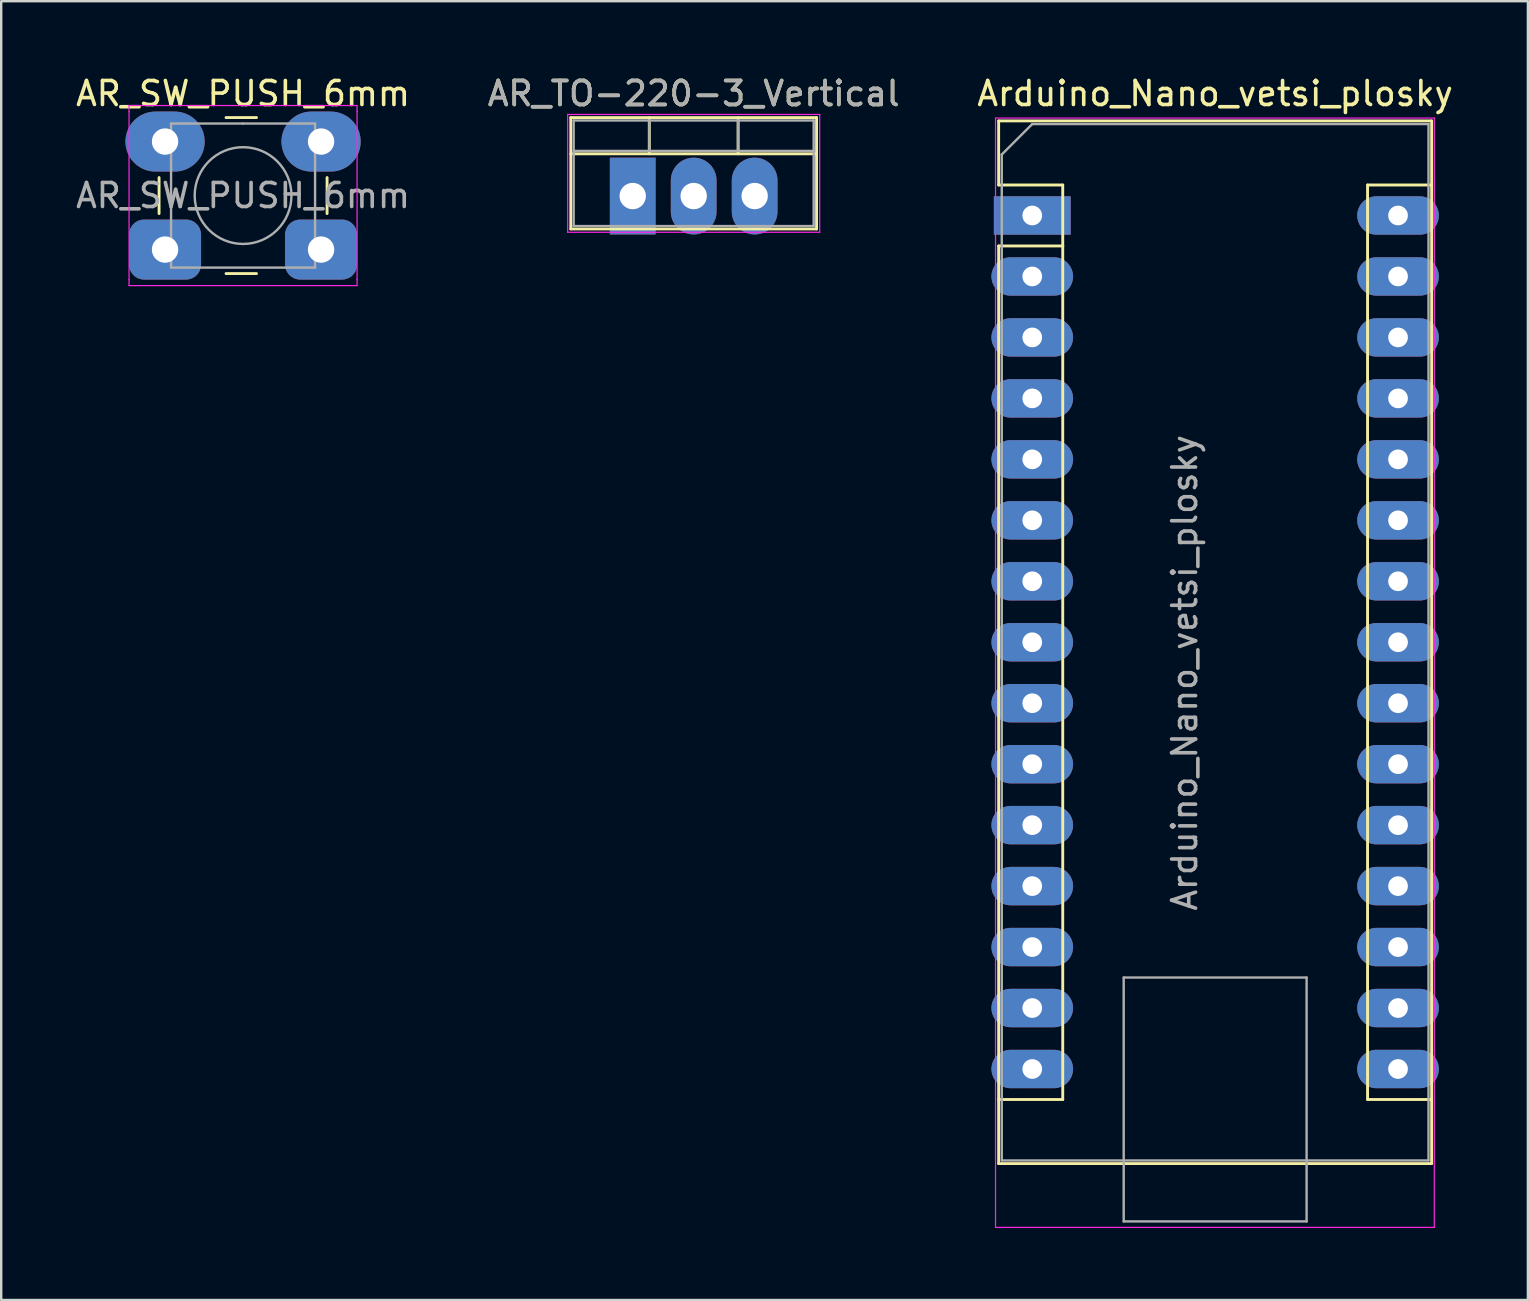
<source format=kicad_pcb>
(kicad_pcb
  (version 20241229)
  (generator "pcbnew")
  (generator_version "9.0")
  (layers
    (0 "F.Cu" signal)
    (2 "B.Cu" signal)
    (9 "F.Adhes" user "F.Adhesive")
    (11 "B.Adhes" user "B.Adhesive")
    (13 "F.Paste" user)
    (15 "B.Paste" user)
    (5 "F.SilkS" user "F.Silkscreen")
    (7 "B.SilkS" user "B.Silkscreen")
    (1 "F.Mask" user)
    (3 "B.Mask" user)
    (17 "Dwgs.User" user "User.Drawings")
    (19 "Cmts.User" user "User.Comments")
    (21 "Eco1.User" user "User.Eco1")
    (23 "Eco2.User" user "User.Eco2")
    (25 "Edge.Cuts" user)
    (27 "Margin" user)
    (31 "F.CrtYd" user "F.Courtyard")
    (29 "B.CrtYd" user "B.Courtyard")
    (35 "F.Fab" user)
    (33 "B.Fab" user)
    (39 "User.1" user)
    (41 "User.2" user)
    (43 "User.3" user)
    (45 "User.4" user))
  (footprint "Arduino_Nano_vetsi_plosky"
    (layer "F.Cu")
    (at 39.957 5.928)
    (property "Reference" "Arduino_Nano_vetsi_plosky" (at 7.62 -5.08 0) (layer "F.SilkS") (effects (font (size 1 1) (thickness 0.15))))
    (attr through_hole)
    (fp_line (start -1.4 -3.94) (end -1.4 -1.27) (stroke (width 0.12) (type solid)) (layer "F.SilkS"))
    (fp_line (start -1.4 1.27) (end -1.4 39.5) (stroke (width 0.12) (type solid)) (layer "F.SilkS"))
    (fp_line (start -1.4 39.5) (end 16.64 39.5) (stroke (width 0.12) (type solid)) (layer "F.SilkS"))
    (fp_line (start 1.27 -1.27) (end -1.4 -1.27) (stroke (width 0.12) (type solid)) (layer "F.SilkS"))
    (fp_line (start 1.27 1.27) (end -1.4 1.27) (stroke (width 0.12) (type solid)) (layer "F.SilkS"))
    (fp_line (start 1.27 1.27) (end 1.27 -1.27) (stroke (width 0.12) (type solid)) (layer "F.SilkS"))
    (fp_line (start 1.27 1.27) (end 1.27 36.83) (stroke (width 0.12) (type solid)) (layer "F.SilkS"))
    (fp_line (start 1.27 36.83) (end -1.4 36.83) (stroke (width 0.12) (type solid)) (layer "F.SilkS"))
    (fp_line (start 13.97 -1.27) (end 13.97 36.83) (stroke (width 0.12) (type solid)) (layer "F.SilkS"))
    (fp_line (start 13.97 -1.27) (end 16.64 -1.27) (stroke (width 0.12) (type solid)) (layer "F.SilkS"))
    (fp_line (start 13.97 36.83) (end 16.64 36.83) (stroke (width 0.12) (type solid)) (layer "F.SilkS"))
    (fp_line (start 16.64 -3.94) (end -1.4 -3.94) (stroke (width 0.12) (type solid)) (layer "F.SilkS"))
    (fp_line (start 16.64 39.5) (end 16.64 -3.94) (stroke (width 0.12) (type solid)) (layer "F.SilkS"))
    (fp_line (start -1.53 -4.06) (end -1.53 42.16) (stroke (width 0.05) (type solid)) (layer "F.CrtYd"))
    (fp_line (start -1.53 -4.06) (end 16.75 -4.06) (stroke (width 0.05) (type solid)) (layer "F.CrtYd"))
    (fp_line (start 16.75 42.16) (end -1.53 42.16) (stroke (width 0.05) (type solid)) (layer "F.CrtYd"))
    (fp_line (start 16.75 42.16) (end 16.75 -4.06) (stroke (width 0.05) (type solid)) (layer "F.CrtYd"))
    (fp_line (start -1.27 -2.54) (end 0 -3.81) (stroke (width 0.1) (type solid)) (layer "F.Fab"))
    (fp_line (start -1.27 39.37) (end -1.27 -2.54) (stroke (width 0.1) (type solid)) (layer "F.Fab"))
    (fp_line (start 0 -3.81) (end 16.51 -3.81) (stroke (width 0.1) (type solid)) (layer "F.Fab"))
    (fp_line (start 3.81 31.75) (end 11.43 31.75) (stroke (width 0.1) (type solid)) (layer "F.Fab"))
    (fp_line (start 3.81 41.91) (end 3.81 31.75) (stroke (width 0.1) (type solid)) (layer "F.Fab"))
    (fp_line (start 11.43 31.75) (end 11.43 41.91) (stroke (width 0.1) (type solid)) (layer "F.Fab"))
    (fp_line (start 11.43 41.91) (end 3.81 41.91) (stroke (width 0.1) (type solid)) (layer "F.Fab"))
    (fp_line (start 16.51 -3.81) (end 16.51 39.37) (stroke (width 0.1) (type solid)) (layer "F.Fab"))
    (fp_line (start 16.51 39.37) (end -1.27 39.37) (stroke (width 0.1) (type solid)) (layer "F.Fab"))
    (fp_text user "${REFERENCE}" (at 6.35 19.05 90) (layer "F.Fab") (effects (font (size 1 1) (thickness 0.15))))
    (pad "1" thru_hole rect (at 0 0) (size 3.2 1.6) (drill 0.82) (layers "*.Cu" "*.Mask"))
    (pad "2" thru_hole oval (at 0 2.54) (size 3.4 1.6) (drill 0.82) (layers "*.Cu" "*.Mask"))
    (pad "3" thru_hole oval (at 0 5.08) (size 3.4 1.6) (drill 0.82) (layers "*.Cu" "*.Mask"))
    (pad "4" thru_hole oval (at 0 7.62) (size 3.4 1.6) (drill 0.82) (layers "*.Cu" "*.Mask"))
    (pad "5" thru_hole oval (at 0 10.16) (size 3.4 1.6) (drill 0.82) (layers "*.Cu" "*.Mask"))
    (pad "6" thru_hole oval (at 0 12.7) (size 3.4 1.6) (drill 0.82) (layers "*.Cu" "*.Mask"))
    (pad "7" thru_hole oval (at 0 15.24) (size 3.4 1.6) (drill 0.82) (layers "*.Cu" "*.Mask"))
    (pad "8" thru_hole oval (at 0 17.78) (size 3.4 1.6) (drill 0.82) (layers "*.Cu" "*.Mask"))
    (pad "9" thru_hole oval (at 0 20.32) (size 3.4 1.6) (drill 0.82) (layers "*.Cu" "*.Mask"))
    (pad "10" thru_hole oval (at 0 22.86) (size 3.4 1.6) (drill 0.82) (layers "*.Cu" "*.Mask"))
    (pad "11" thru_hole oval (at 0 25.4) (size 3.4 1.6) (drill 0.82) (layers "*.Cu" "*.Mask"))
    (pad "12" thru_hole oval (at 0 27.94) (size 3.4 1.6) (drill 0.82) (layers "*.Cu" "*.Mask"))
    (pad "13" thru_hole oval (at 0 30.48) (size 3.4 1.6) (drill 0.82) (layers "*.Cu" "*.Mask"))
    (pad "14" thru_hole oval (at 0 33.02) (size 3.4 1.6) (drill 0.82) (layers "*.Cu" "*.Mask"))
    (pad "15" thru_hole oval (at 0 35.56) (size 3.4 1.6) (drill 0.82) (layers "*.Cu" "*.Mask"))
    (pad "16" thru_hole oval (at 15.24 35.56) (size 3.4 1.6) (drill 0.82) (layers "*.Cu" "*.Mask"))
    (pad "17" thru_hole oval (at 15.24 33.02) (size 3.4 1.6) (drill 0.82) (layers "*.Cu" "*.Mask"))
    (pad "18" thru_hole oval (at 15.24 30.48) (size 3.4 1.6) (drill 0.82) (layers "*.Cu" "*.Mask"))
    (pad "19" thru_hole oval (at 15.24 27.94) (size 3.4 1.6) (drill 0.82) (layers "*.Cu" "*.Mask"))
    (pad "20" thru_hole oval (at 15.24 25.4) (size 3.4 1.6) (drill 0.82) (layers "*.Cu" "*.Mask"))
    (pad "21" thru_hole oval (at 15.24 22.86) (size 3.4 1.6) (drill 0.82) (layers "*.Cu" "*.Mask"))
    (pad "22" thru_hole oval (at 15.24 20.32) (size 3.4 1.6) (drill 0.82) (layers "*.Cu" "*.Mask"))
    (pad "23" thru_hole oval (at 15.24 17.78) (size 3.4 1.6) (drill 0.82) (layers "*.Cu" "*.Mask"))
    (pad "24" thru_hole oval (at 15.24 15.24) (size 3.4 1.6) (drill 0.82) (layers "*.Cu" "*.Mask"))
    (pad "25" thru_hole oval (at 15.24 12.7) (size 3.4 1.6) (drill 0.82) (layers "*.Cu" "*.Mask"))
    (pad "26" thru_hole oval (at 15.24 10.16) (size 3.4 1.6) (drill 0.82) (layers "*.Cu" "*.Mask"))
    (pad "27" thru_hole oval (at 15.24 7.62) (size 3.4 1.6) (drill 0.82) (layers "*.Cu" "*.Mask"))
    (pad "28" thru_hole oval (at 15.24 5.08) (size 3.4 1.6) (drill 0.82) (layers "*.Cu" "*.Mask"))
    (pad "29" thru_hole oval (at 15.24 2.54) (size 3.4 1.6) (drill 0.82) (layers "*.Cu" "*.Mask"))
    (pad "30" thru_hole oval (at 15.24 0) (size 3.4 1.6) (drill 0.82) (layers "*.Cu" "*.Mask")))
  (footprint "AR_TO-220-3_Vertical"
    (layer "F.Cu")
    (at 23.311 5.118)
    (property "Reference" "AR_TO-220-3_Vertical" (at 2.54 -4.27 0) (layer "F.SilkS") (effects (font (size 1 1) (thickness 0.15))))
    (attr through_hole)
    (fp_line (start -2.58 -3.27) (end -2.58 1.371) (stroke (width 0.12) (type solid)) (layer "F.SilkS"))
    (fp_line (start -2.58 -3.27) (end 7.66 -3.27) (stroke (width 0.12) (type solid)) (layer "F.SilkS"))
    (fp_line (start -2.58 -1.76) (end 7.66 -1.76) (stroke (width 0.12) (type solid)) (layer "F.SilkS"))
    (fp_line (start -2.58 1.371) (end 7.66 1.371) (stroke (width 0.12) (type solid)) (layer "F.SilkS"))
    (fp_line (start 0.69 -3.27) (end 0.69 -1.76) (stroke (width 0.12) (type solid)) (layer "F.SilkS"))
    (fp_line (start 4.391 -3.27) (end 4.391 -1.76) (stroke (width 0.12) (type solid)) (layer "F.SilkS"))
    (fp_line (start 7.66 -3.27) (end 7.66 1.371) (stroke (width 0.12) (type solid)) (layer "F.SilkS"))
    (fp_line (start -2.71 -3.4) (end -2.71 1.51) (stroke (width 0.05) (type solid)) (layer "F.CrtYd"))
    (fp_line (start -2.71 1.51) (end 7.79 1.51) (stroke (width 0.05) (type solid)) (layer "F.CrtYd"))
    (fp_line (start 7.79 -3.4) (end -2.71 -3.4) (stroke (width 0.05) (type solid)) (layer "F.CrtYd"))
    (fp_line (start 7.79 1.51) (end 7.79 -3.4) (stroke (width 0.05) (type solid)) (layer "F.CrtYd"))
    (fp_line (start -2.46 -3.15) (end -2.46 1.25) (stroke (width 0.1) (type solid)) (layer "F.Fab"))
    (fp_line (start -2.46 -1.88) (end 7.54 -1.88) (stroke (width 0.1) (type solid)) (layer "F.Fab"))
    (fp_line (start -2.46 1.25) (end 7.54 1.25) (stroke (width 0.1) (type solid)) (layer "F.Fab"))
    (fp_line (start 0.69 -3.15) (end 0.69 -1.88) (stroke (width 0.1) (type solid)) (layer "F.Fab"))
    (fp_line (start 4.39 -3.15) (end 4.39 -1.88) (stroke (width 0.1) (type solid)) (layer "F.Fab"))
    (fp_line (start 7.54 -3.15) (end -2.46 -3.15) (stroke (width 0.1) (type solid)) (layer "F.Fab"))
    (fp_line (start 7.54 1.25) (end 7.54 -3.15) (stroke (width 0.1) (type solid)) (layer "F.Fab"))
    (fp_text user "${REFERENCE}" (at 2.54 -4.27 0) (layer "F.Fab") (effects (font (size 1 1) (thickness 0.15))))
    (pad "1" thru_hole rect (at 0 0) (size 1.905 3.2) (drill 1.1) (layers "*.Cu" "*.Mask"))
    (pad "2" thru_hole oval (at 2.54 0) (size 1.905 3.2) (drill 1.1) (layers "*.Cu" "*.Mask"))
    (pad "3" thru_hole oval (at 5.08 0) (size 1.905 3.2) (drill 1.1) (layers "*.Cu" "*.Mask")))
  (footprint "AR_SW_PUSH_6mm"
    (layer "F.Cu")
    (at 3.827 2.848)
    (property "Reference" "AR_SW_PUSH_6mm" (at 3.25 -2 0) (layer "F.SilkS") (effects (font (size 1 1) (thickness 0.15))))
    (attr through_hole)
    (fp_line (start -0.25 1.5) (end -0.25 3) (stroke (width 0.12) (type solid)) (layer "F.SilkS"))
    (fp_line (start 2.54 5.5) (end 3.81 5.5) (stroke (width 0.12) (type solid)) (layer "F.SilkS"))
    (fp_line (start 3.81 -1) (end 2.54 -1) (stroke (width 0.12) (type solid)) (layer "F.SilkS"))
    (fp_line (start 6.75 3) (end 6.75 1.5) (stroke (width 0.12) (type solid)) (layer "F.SilkS"))
    (fp_line (start -1.5 -1.5) (end -1.25 -1.5) (stroke (width 0.05) (type solid)) (layer "F.CrtYd"))
    (fp_line (start -1.5 -1.25) (end -1.5 -1.5) (stroke (width 0.05) (type solid)) (layer "F.CrtYd"))
    (fp_line (start -1.5 5.75) (end -1.5 -1.25) (stroke (width 0.05) (type solid)) (layer "F.CrtYd"))
    (fp_line (start -1.5 5.75) (end -1.5 6) (stroke (width 0.05) (type solid)) (layer "F.CrtYd"))
    (fp_line (start -1.5 6) (end -1.25 6) (stroke (width 0.05) (type solid)) (layer "F.CrtYd"))
    (fp_line (start -1.25 -1.5) (end 7.75 -1.5) (stroke (width 0.05) (type solid)) (layer "F.CrtYd"))
    (fp_line (start 7.75 -1.5) (end 8 -1.5) (stroke (width 0.05) (type solid)) (layer "F.CrtYd"))
    (fp_line (start 7.75 6) (end -1.25 6) (stroke (width 0.05) (type solid)) (layer "F.CrtYd"))
    (fp_line (start 7.75 6) (end 8 6) (stroke (width 0.05) (type solid)) (layer "F.CrtYd"))
    (fp_line (start 8 -1.5) (end 8 -1.25) (stroke (width 0.05) (type solid)) (layer "F.CrtYd"))
    (fp_line (start 8 -1.25) (end 8 5.75) (stroke (width 0.05) (type solid)) (layer "F.CrtYd"))
    (fp_line (start 8 6) (end 8 5.75) (stroke (width 0.05) (type solid)) (layer "F.CrtYd"))
    (fp_line (start 0.25 -0.75) (end 3.25 -0.75) (stroke (width 0.1) (type solid)) (layer "F.Fab"))
    (fp_line (start 0.25 5.25) (end 0.25 -0.75) (stroke (width 0.1) (type solid)) (layer "F.Fab"))
    (fp_line (start 3.25 -0.75) (end 6.25 -0.75) (stroke (width 0.1) (type solid)) (layer "F.Fab"))
    (fp_line (start 6.25 -0.75) (end 6.25 5.25) (stroke (width 0.1) (type solid)) (layer "F.Fab"))
    (fp_line (start 6.25 5.25) (end 0.25 5.25) (stroke (width 0.1) (type solid)) (layer "F.Fab"))
    (fp_circle (center 3.25 2.25) (end 1.25 2.5) (stroke (width 0.1) (type solid)) (fill no) (layer "F.Fab"))
    (fp_text user "${REFERENCE}" (at 3.25 2.25 0) (layer "F.Fab") (effects (font (size 1 1) (thickness 0.15))))
    (pad "1" thru_hole oval (at 0 0 90) (size 2.5 3.3) (drill 1.1) (layers "*.Cu" "*.Mask"))
    (pad "1" thru_hole oval (at 6.5 0 90) (size 2.5 3.3) (drill 1.1) (layers "*.Cu" "*.Mask"))
    (pad "2" thru_hole roundrect (at 0 4.5 90) (size 2.5 3) (drill 1.1) (layers "*.Cu" "*.Mask") (roundrect_rratio 0.25))
    (pad "2" thru_hole roundrect (at 6.5 4.5 90) (size 2.5 3) (drill 1.1) (layers "*.Cu" "*.Mask") (roundrect_rratio 0.25)))
  (gr_rect
    (start -3 -3)
    (end 60.607 51.113)
    (stroke (width 0.1) (type default))
    (fill no)
    (layer "Edge.Cuts")))
</source>
